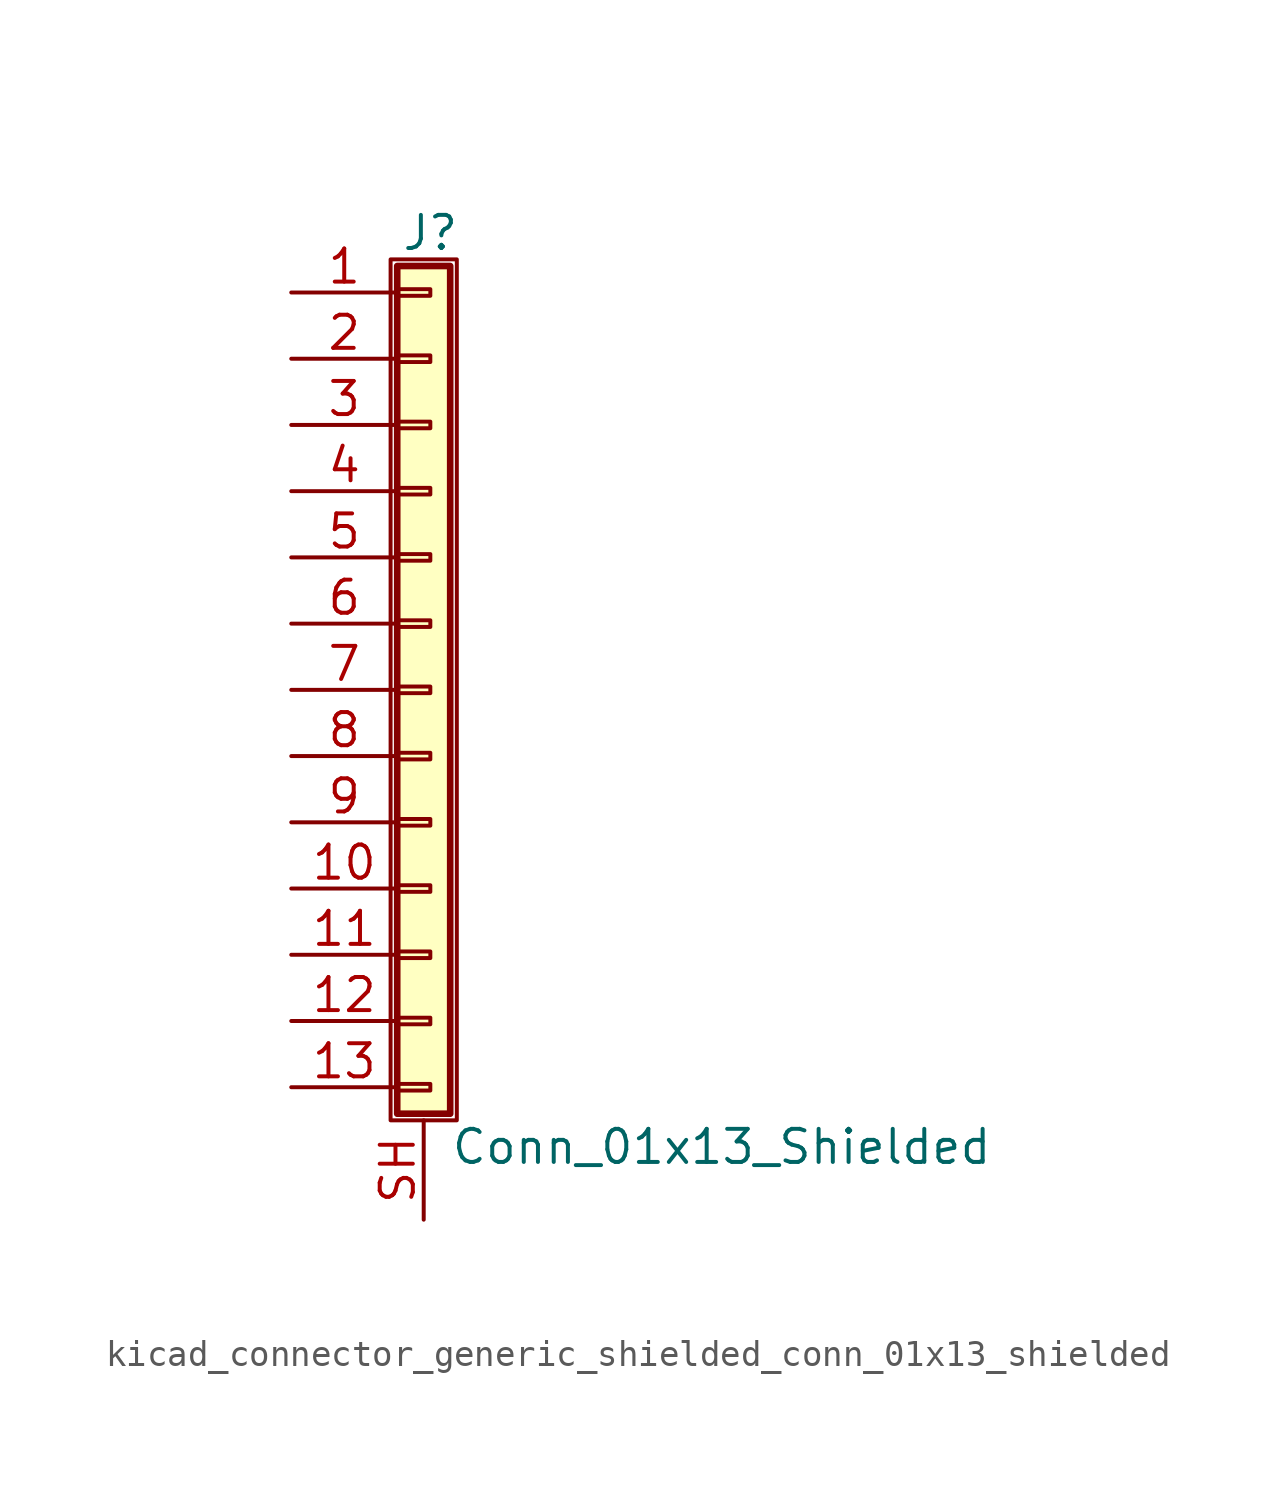
<source format=kicad_sym>
(kicad_symbol_lib
  (version 20220914)
  (generator kicad_symbol_editor)
  (symbol "kicad_connector_generic_shielded_conn_01x13_shielded"
    (pin_names
      (offset 1.016) hide)
    (property "Reference" "J"
      (at 0.254 17.526 0)
      (effects (font (size 1.27 1.27))))
    (property "Value" "Conn_01x13_Shielded"
      (at 1.016 -17.526 0)
      (effects (font (size 1.27 1.27)) (justify left)))
    (symbol "kicad_connector_generic_shielded_conn_01x13_shielded_1_1"
      (rectangle (start -1.27 16.51) (end 1.27 -16.51) (stroke (width 0.152) (type default)) (fill (type none)))
      (rectangle (start -1.016 -15.113) (end 0.254 -15.367) (stroke (width 0.152) (type default)) (fill (type none)))
      (rectangle (start -1.016 -12.573) (end 0.254 -12.827) (stroke (width 0.152) (type default)) (fill (type none)))
      (rectangle (start -1.016 -10.033) (end 0.254 -10.287) (stroke (width 0.152) (type default)) (fill (type none)))
      (rectangle (start -1.016 -7.493) (end 0.254 -7.747) (stroke (width 0.152) (type default)) (fill (type none)))
      (rectangle (start -1.016 -4.953) (end 0.254 -5.207) (stroke (width 0.152) (type default)) (fill (type none)))
      (rectangle (start -1.016 -2.413) (end 0.254 -2.667) (stroke (width 0.152) (type default)) (fill (type none)))
      (rectangle (start -1.016 0.127) (end 0.254 -0.127) (stroke (width 0.152) (type default)) (fill (type none)))
      (rectangle (start -1.016 2.667) (end 0.254 2.413) (stroke (width 0.152) (type default)) (fill (type none)))
      (rectangle (start -1.016 5.207) (end 0.254 4.953) (stroke (width 0.152) (type default)) (fill (type none)))
      (rectangle (start -1.016 7.747) (end 0.254 7.493) (stroke (width 0.152) (type default)) (fill (type none)))
      (rectangle (start -1.016 10.287) (end 0.254 10.033) (stroke (width 0.152) (type default)) (fill (type none)))
      (rectangle (start -1.016 12.827) (end 0.254 12.573) (stroke (width 0.152) (type default)) (fill (type none)))
      (rectangle (start -1.016 15.367) (end 0.254 15.113) (stroke (width 0.152) (type default)) (fill (type none)))
      (rectangle (start -1.016 16.256) (end 1.016 -16.256) (stroke (width 0.254) (type default)) (fill (type background)))
      (pin passive line (at -5.08 15.24 0) (length 4.064) (name "Pin_1" (effects (font (size 1.27 1.27)))) (number "1" (effects (font (size 1.27 1.27)))))
      (pin passive line (at -5.08 -7.62 0) (length 4.064) (name "Pin_10" (effects (font (size 1.27 1.27)))) (number "10" (effects (font (size 1.27 1.27)))))
      (pin passive line (at -5.08 -10.16 0) (length 4.064) (name "Pin_11" (effects (font (size 1.27 1.27)))) (number "11" (effects (font (size 1.27 1.27)))))
      (pin passive line (at -5.08 -12.7 0) (length 4.064) (name "Pin_12" (effects (font (size 1.27 1.27)))) (number "12" (effects (font (size 1.27 1.27)))))
      (pin passive line (at -5.08 -15.24 0) (length 4.064) (name "Pin_13" (effects (font (size 1.27 1.27)))) (number "13" (effects (font (size 1.27 1.27)))))
      (pin passive line (at -5.08 12.7 0) (length 4.064) (name "Pin_2" (effects (font (size 1.27 1.27)))) (number "2" (effects (font (size 1.27 1.27)))))
      (pin passive line (at -5.08 10.16 0) (length 4.064) (name "Pin_3" (effects (font (size 1.27 1.27)))) (number "3" (effects (font (size 1.27 1.27)))))
      (pin passive line (at -5.08 7.62 0) (length 4.064) (name "Pin_4" (effects (font (size 1.27 1.27)))) (number "4" (effects (font (size 1.27 1.27)))))
      (pin passive line (at -5.08 5.08 0) (length 4.064) (name "Pin_5" (effects (font (size 1.27 1.27)))) (number "5" (effects (font (size 1.27 1.27)))))
      (pin passive line (at -5.08 2.54 0) (length 4.064) (name "Pin_6" (effects (font (size 1.27 1.27)))) (number "6" (effects (font (size 1.27 1.27)))))
      (pin passive line (at -5.08 0 0) (length 4.064) (name "Pin_7" (effects (font (size 1.27 1.27)))) (number "7" (effects (font (size 1.27 1.27)))))
      (pin passive line (at -5.08 -2.54 0) (length 4.064) (name "Pin_8" (effects (font (size 1.27 1.27)))) (number "8" (effects (font (size 1.27 1.27)))))
      (pin passive line (at -5.08 -5.08 0) (length 4.064) (name "Pin_9" (effects (font (size 1.27 1.27)))) (number "9" (effects (font (size 1.27 1.27)))))
      (pin passive line (at 0 -20.32 90) (length 3.81) (name "Shield" (effects (font (size 1.27 1.27)))) (number "SH" (effects (font (size 1.27 1.27))))))))
</source>
